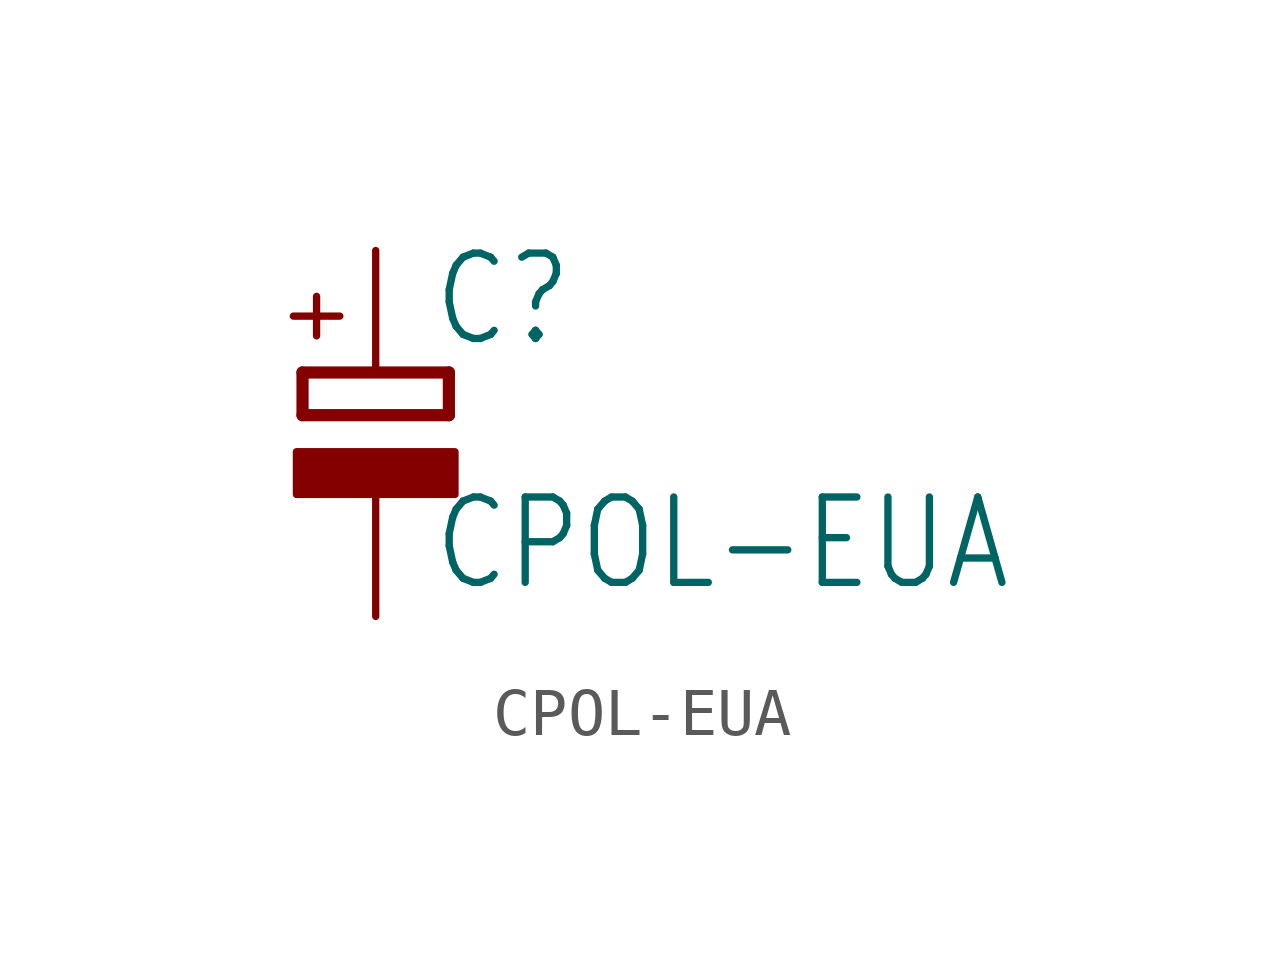
<source format=kicad_sym>
(kicad_symbol_lib
  (version 20220331)
  (generator kicad_symbol_editor)
  (symbol "CPOL-EUA"
    (property "Reference" "C"
      (at 1.143 0.483 0)
      (effects (font (size 1.778 1.511)) (justify left bottom)))
    (property "Value" "CPOL-EUA"
      (at 1.143 -4.597 0)
      (effects (font (size 1.778 1.511)) (justify left bottom)))
    (property "ki_locked" ""
      (at 0 0 0)
      (effects (font (size 1.27 1.27))))
    (symbol "CPOL-EUA_1_0"
      (rectangle (start -1.651 -2.54) (end 1.651 -1.651) (stroke (width 0) (type default)) (fill (type outline)))
      (polyline (pts (xy -1.524 -0.889) (xy 1.524 -0.889)) (stroke (width 0.254) (type solid)) (fill (type none)))
      (polyline (pts (xy -1.524 0) (xy -1.524 -0.889)) (stroke (width 0.254) (type solid)) (fill (type none)))
      (polyline (pts (xy -1.524 0) (xy 1.524 0)) (stroke (width 0.254) (type solid)) (fill (type none)))
      (polyline (pts (xy 1.524 -0.889) (xy 1.524 0)) (stroke (width 0.254) (type solid)) (fill (type none)))
      (text "+" (at -0.584 0.406 900) (effects (font (size 1.27 1.079)) (justify left bottom)))
      (pin passive line (at 0 2.54 270) (length 2.54) (name "+" (effects (font (size 0 0)))) (number "+" (effects (font (size 0 0)))))
      (pin passive line (at 0 -5.08 90) (length 2.54) (name "-" (effects (font (size 0 0)))) (number "-" (effects (font (size 0 0))))))))
</source>
